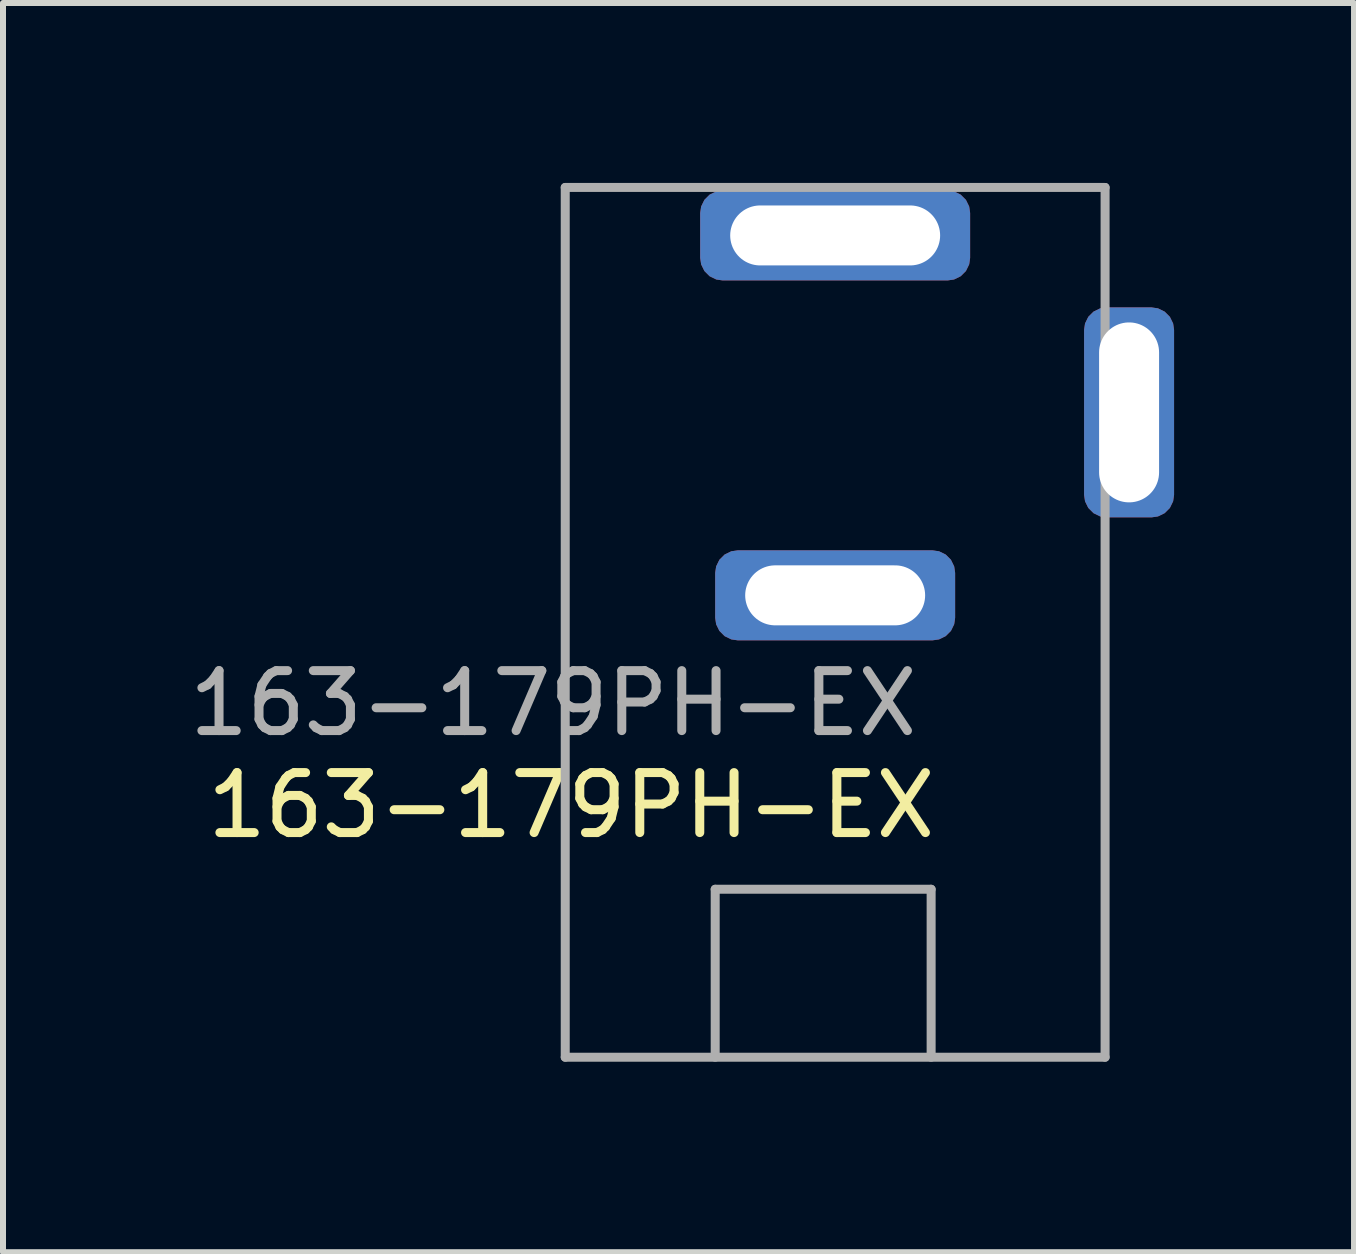
<source format=kicad_pcb>
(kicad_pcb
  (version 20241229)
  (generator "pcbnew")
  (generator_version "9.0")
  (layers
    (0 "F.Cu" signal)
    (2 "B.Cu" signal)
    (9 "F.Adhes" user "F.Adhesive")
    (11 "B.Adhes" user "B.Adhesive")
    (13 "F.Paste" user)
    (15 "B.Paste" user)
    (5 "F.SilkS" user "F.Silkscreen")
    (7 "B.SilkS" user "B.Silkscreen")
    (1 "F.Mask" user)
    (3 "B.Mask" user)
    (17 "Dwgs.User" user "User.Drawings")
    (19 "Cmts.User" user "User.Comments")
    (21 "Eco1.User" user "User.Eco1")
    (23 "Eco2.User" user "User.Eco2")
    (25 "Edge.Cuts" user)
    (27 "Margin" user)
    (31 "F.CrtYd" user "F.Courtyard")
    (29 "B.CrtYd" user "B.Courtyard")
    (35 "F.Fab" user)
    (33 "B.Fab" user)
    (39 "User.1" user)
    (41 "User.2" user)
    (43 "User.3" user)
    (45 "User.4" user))
  (footprint "163-179PH-EX"
    (layer "F.Cu")
    (at 10.873 14.575)
    (property "Reference" "163-179PH-EX" (at -4.4 -4.2 0) (layer "F.SilkS") (effects (font (size 1 1) (thickness 0.15))))
    (attr through_hole)
    (fp_line (start -4.5 -14.5) (end 4.5 -14.5) (stroke (width 0.15) (type solid)) (layer "F.Fab"))
    (fp_line (start -4.5 0) (end -4.5 -14.5) (stroke (width 0.15) (type solid)) (layer "F.Fab"))
    (fp_line (start -2 -2.8) (end 1.6 -2.8) (stroke (width 0.15) (type solid)) (layer "F.Fab"))
    (fp_line (start -2 0) (end -2 -2.8) (stroke (width 0.15) (type solid)) (layer "F.Fab"))
    (fp_line (start 1.6 -2.8) (end 1.6 0) (stroke (width 0.15) (type solid)) (layer "F.Fab"))
    (fp_line (start 4.5 -14.5) (end 4.5 0) (stroke (width 0.15) (type solid)) (layer "F.Fab"))
    (fp_line (start 4.5 0) (end -4.5 0) (stroke (width 0.15) (type solid)) (layer "F.Fab"))
    (fp_line (start 4.9 -12) (end 4.9 -9.5) (stroke (width 0.15) (type solid)) (layer "F.Fab"))
    (fp_text user "${REFERENCE}" (at -4.7 -5.9 0) (layer "F.Fab") (effects (font (size 1 1) (thickness 0.15))))
    (pad "A" thru_hole roundrect (at 0 -13.7) (size 4.5 1.5) (drill oval 3.5 1) (layers "*.Cu" "*.Mask") (roundrect_rratio 0.25))
    (pad "B" thru_hole roundrect (at 4.9 -10.75) (size 1.5 3.5) (drill oval 1 3) (layers "*.Cu" "*.Mask") (roundrect_rratio 0.25))
    (pad "C" thru_hole roundrect (at 0 -7.7) (size 4 1.5) (drill oval 3 1) (layers "*.Cu" "*.Mask") (roundrect_rratio 0.25)))
  (gr_rect
    (start -3 -3)
    (end 19.523 17.825)
    (stroke (width 0.1) (type default))
    (fill no)
    (layer "Edge.Cuts")))
</source>
